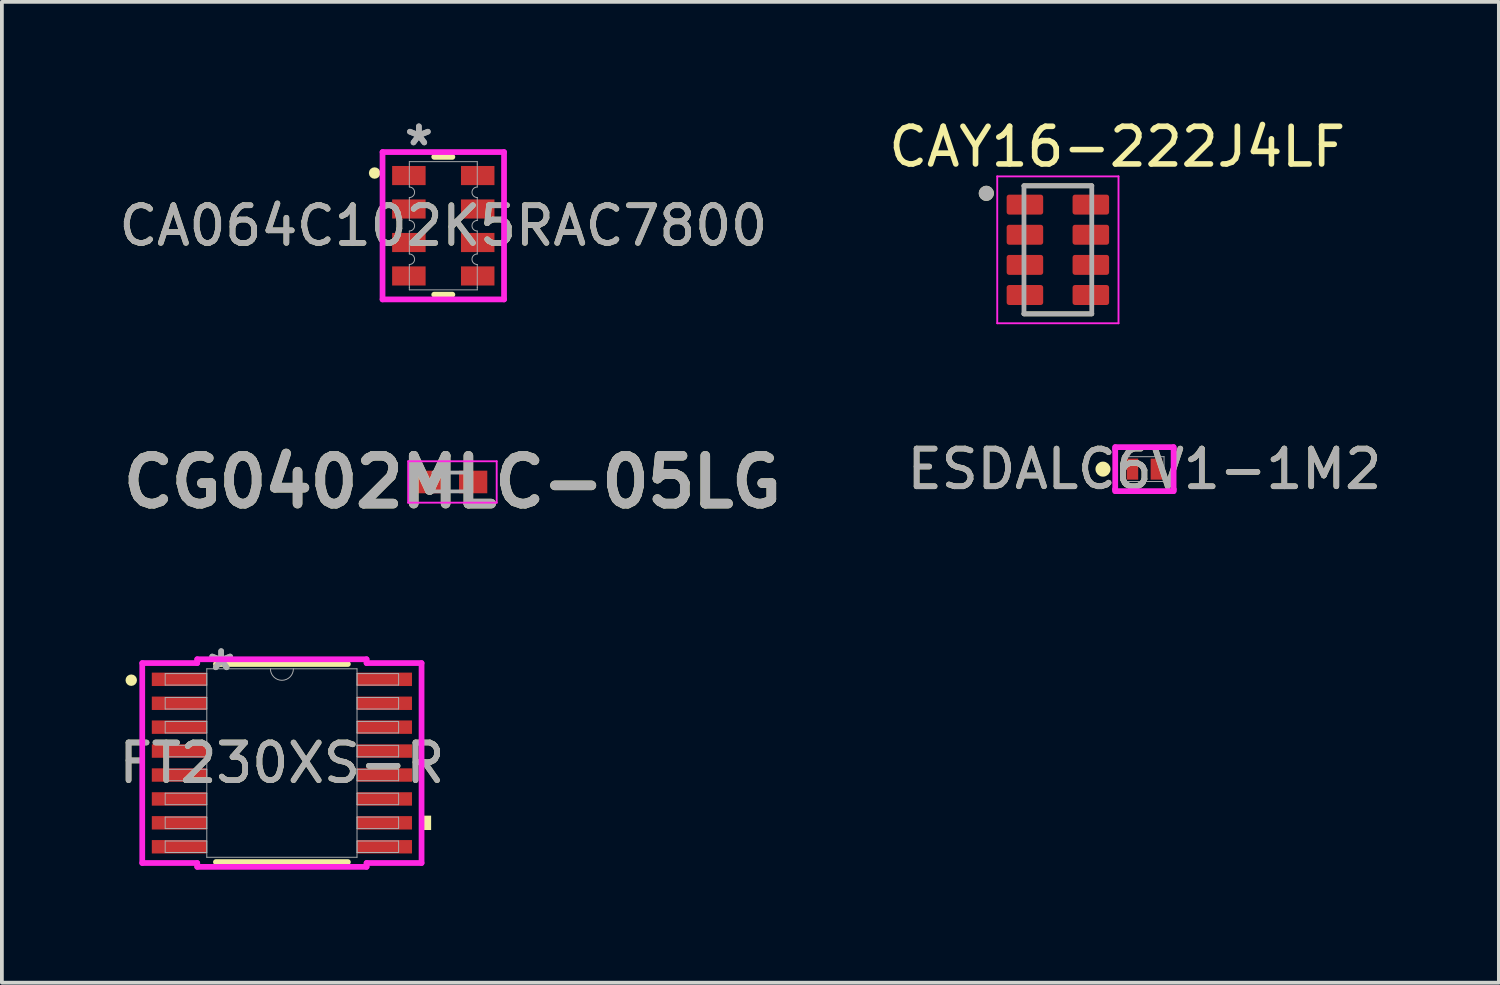
<source format=kicad_pcb>
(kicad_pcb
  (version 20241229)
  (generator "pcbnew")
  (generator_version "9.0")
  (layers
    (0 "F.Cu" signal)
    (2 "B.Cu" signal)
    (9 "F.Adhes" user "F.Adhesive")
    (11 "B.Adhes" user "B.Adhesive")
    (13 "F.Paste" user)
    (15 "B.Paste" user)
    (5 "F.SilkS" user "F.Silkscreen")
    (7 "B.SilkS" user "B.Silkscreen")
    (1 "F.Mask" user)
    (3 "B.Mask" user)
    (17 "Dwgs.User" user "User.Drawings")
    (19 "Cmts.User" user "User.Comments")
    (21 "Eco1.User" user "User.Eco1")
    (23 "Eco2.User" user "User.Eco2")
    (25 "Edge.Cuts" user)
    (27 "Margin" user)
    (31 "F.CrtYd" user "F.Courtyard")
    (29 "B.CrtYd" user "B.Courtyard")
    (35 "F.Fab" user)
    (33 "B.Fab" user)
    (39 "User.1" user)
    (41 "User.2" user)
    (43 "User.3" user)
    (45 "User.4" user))
  (footprint "CAY16-222J4LF"
    (layer "F.Cu")
    (at 25.038 3.583)
    (property "Reference" "CAY16-222J4LF" (at 1.575 -2.735 0) (layer "F.SilkS") (effects (font (size 1 1) (thickness 0.15))))
    (attr smd)
    (fp_line (start -0.9 -1.7) (end 0.9 -1.7) (stroke (width 0.127) (type solid)) (layer "F.SilkS"))
    (fp_line (start 0.9 1.7) (end -0.9 1.7) (stroke (width 0.127) (type solid)) (layer "F.SilkS"))
    (fp_circle (center -1.9 -1.5) (end -1.8 -1.5) (stroke (width 0.2) (type solid)) (fill no) (layer "F.SilkS"))
    (fp_line (start -1.61 -1.95) (end 1.61 -1.95) (stroke (width 0.05) (type solid)) (layer "F.CrtYd"))
    (fp_line (start -1.61 1.95) (end -1.61 -1.95) (stroke (width 0.05) (type solid)) (layer "F.CrtYd"))
    (fp_line (start 1.61 -1.95) (end 1.61 1.95) (stroke (width 0.05) (type solid)) (layer "F.CrtYd"))
    (fp_line (start 1.61 1.95) (end -1.61 1.95) (stroke (width 0.05) (type solid)) (layer "F.CrtYd"))
    (fp_line (start -0.9 -1.7) (end 0.9 -1.7) (stroke (width 0.127) (type solid)) (layer "F.Fab"))
    (fp_line (start -0.9 1.7) (end -0.9 -1.7) (stroke (width 0.127) (type solid)) (layer "F.Fab"))
    (fp_line (start 0.9 -1.7) (end 0.9 1.7) (stroke (width 0.127) (type solid)) (layer "F.Fab"))
    (fp_line (start 0.9 1.7) (end -0.9 1.7) (stroke (width 0.127) (type solid)) (layer "F.Fab"))
    (fp_circle (center -1.9 -1.5) (end -1.8 -1.5) (stroke (width 0.2) (type solid)) (fill no) (layer "F.Fab"))
    (pad "1" smd roundrect (at -0.875 -1.2) (size 0.97 0.53) (layers "F.Cu" "F.Mask" "F.Paste") (roundrect_rratio 0.125))
    (pad "2" smd roundrect (at -0.875 -0.4) (size 0.97 0.53) (layers "F.Cu" "F.Mask" "F.Paste") (roundrect_rratio 0.125))
    (pad "3" smd roundrect (at -0.875 0.4) (size 0.97 0.53) (layers "F.Cu" "F.Mask" "F.Paste") (roundrect_rratio 0.125))
    (pad "4" smd roundrect (at -0.875 1.2) (size 0.97 0.53) (layers "F.Cu" "F.Mask" "F.Paste") (roundrect_rratio 0.125))
    (pad "5" smd roundrect (at 0.875 1.2) (size 0.97 0.53) (layers "F.Cu" "F.Mask" "F.Paste") (roundrect_rratio 0.125))
    (pad "6" smd roundrect (at 0.875 0.4) (size 0.97 0.53) (layers "F.Cu" "F.Mask" "F.Paste") (roundrect_rratio 0.125))
    (pad "7" smd roundrect (at 0.875 -0.4) (size 0.97 0.53) (layers "F.Cu" "F.Mask" "F.Paste") (roundrect_rratio 0.125))
    (pad "8" smd roundrect (at 0.875 -1.2) (size 0.97 0.53) (layers "F.Cu" "F.Mask" "F.Paste") (roundrect_rratio 0.125)))
  (footprint "CA064C102K5RAC7800"
    (layer "F.Cu")
    (at 8.72 2.944)
    (property "Reference" "CA064C102K5RAC7800" (at 0 0 0) (unlocked yes) (layer "F.SilkS") (effects (font (size 1 1) (thickness 0.15))))
    (attr smd)
    (fp_line (start -0.241 1.829) (end 0.241 1.829) (stroke (width 0.152) (type solid)) (layer "F.SilkS"))
    (fp_line (start 0.241 -1.829) (end -0.241 -1.829) (stroke (width 0.152) (type solid)) (layer "F.SilkS"))
    (fp_circle (center -1.824 -1.4) (end -1.748 -1.4) (stroke (width 0.152) (type solid)) (fill no) (layer "F.SilkS"))
    (fp_line (start -1.613 -1.956) (end 1.613 -1.956) (stroke (width 0.152) (type solid)) (layer "F.CrtYd"))
    (fp_line (start -1.613 1.956) (end -1.613 -1.956) (stroke (width 0.152) (type solid)) (layer "F.CrtYd"))
    (fp_line (start 1.613 -1.956) (end 1.613 1.956) (stroke (width 0.152) (type solid)) (layer "F.CrtYd"))
    (fp_line (start 1.613 1.956) (end -1.613 1.956) (stroke (width 0.152) (type solid)) (layer "F.CrtYd"))
    (fp_line (start -0.902 -1.702) (end -0.902 -1.638) (stroke (width 0.025) (type solid)) (layer "F.Fab"))
    (fp_line (start -0.902 -1.638) (end -0.902 -1.029) (stroke (width 0.025) (type solid)) (layer "F.Fab"))
    (fp_line (start -0.902 -0.749) (end -0.902 -0.14) (stroke (width 0.025) (type solid)) (layer "F.Fab"))
    (fp_line (start -0.902 0.14) (end -0.902 0.749) (stroke (width 0.025) (type solid)) (layer "F.Fab"))
    (fp_line (start -0.902 1.029) (end -0.902 1.638) (stroke (width 0.025) (type solid)) (layer "F.Fab"))
    (fp_line (start -0.902 1.638) (end -0.902 1.702) (stroke (width 0.025) (type solid)) (layer "F.Fab"))
    (fp_line (start -0.902 1.702) (end 0.902 1.702) (stroke (width 0.025) (type solid)) (layer "F.Fab"))
    (fp_line (start 0.902 -1.702) (end -0.902 -1.702) (stroke (width 0.025) (type solid)) (layer "F.Fab"))
    (fp_line (start 0.902 -1.702) (end 0.902 -1.638) (stroke (width 0.025) (type solid)) (layer "F.Fab"))
    (fp_line (start 0.902 -1.638) (end 0.902 -1.029) (stroke (width 0.025) (type solid)) (layer "F.Fab"))
    (fp_line (start 0.902 -0.749) (end 0.902 -0.14) (stroke (width 0.025) (type solid)) (layer "F.Fab"))
    (fp_line (start 0.902 0.14) (end 0.902 0.749) (stroke (width 0.025) (type solid)) (layer "F.Fab"))
    (fp_line (start 0.902 1.029) (end 0.902 1.638) (stroke (width 0.025) (type solid)) (layer "F.Fab"))
    (fp_line (start 0.902 1.638) (end 0.902 1.702) (stroke (width 0.025) (type solid)) (layer "F.Fab"))
    (fp_arc (start -0.9017 -1.0287) (mid -0.762 -0.889) (end -0.9017 -0.7493) (stroke (width 0.0254) (type solid)) (layer "F.Fab"))
    (fp_arc (start -0.9017 -0.1397) (mid -0.762 0) (end -0.9017 0.1397) (stroke (width 0.0254) (type solid)) (layer "F.Fab"))
    (fp_arc (start -0.9017 0.7493) (mid -0.762 0.889) (end -0.9017 1.0287) (stroke (width 0.0254) (type solid)) (layer "F.Fab"))
    (fp_arc (start 0.9017 -0.7493) (mid 0.762 -0.889) (end 0.9017 -1.0287) (stroke (width 0.0254) (type solid)) (layer "F.Fab"))
    (fp_arc (start 0.9017 0.1397) (mid 0.762 0) (end 0.9017 -0.1397) (stroke (width 0.0254) (type solid)) (layer "F.Fab"))
    (fp_arc (start 0.9017 1.0287) (mid 0.762 0.889) (end 0.9017 0.7493) (stroke (width 0.0254) (type solid)) (layer "F.Fab"))
    (fp_text user "*" (at -0.648 -2.095 0) (unlocked yes) (layer "F.Fab") (effects (font (size 1 1) (thickness 0.15))))
    (fp_text user "${REFERENCE}" (at 0 0 0) (unlocked yes) (layer "F.Fab") (effects (font (size 1 1) (thickness 0.15))))
    (fp_text user "*" (at -0.648 -2.095 0) (layer "F.Fab") (effects (font (size 1 1) (thickness 0.15))))
    (pad "1" smd rect (at -0.914 -1.333) (size 0.889 0.508) (layers "F.Cu" "F.Mask" "F.Paste"))
    (pad "2" smd rect (at -0.914 -0.445) (size 0.889 0.508) (layers "F.Cu" "F.Mask" "F.Paste"))
    (pad "3" smd rect (at -0.914 0.445) (size 0.889 0.508) (layers "F.Cu" "F.Mask" "F.Paste"))
    (pad "4" smd rect (at -0.914 1.333) (size 0.889 0.508) (layers "F.Cu" "F.Mask" "F.Paste"))
    (pad "5" smd rect (at 0.914 1.333) (size 0.889 0.508) (layers "F.Cu" "F.Mask" "F.Paste"))
    (pad "6" smd rect (at 0.914 0.445) (size 0.889 0.508) (layers "F.Cu" "F.Mask" "F.Paste"))
    (pad "7" smd rect (at 0.914 -0.445) (size 0.889 0.508) (layers "F.Cu" "F.Mask" "F.Paste"))
    (pad "8" smd rect (at 0.914 -1.333) (size 0.889 0.508) (layers "F.Cu" "F.Mask" "F.Paste")))
  (footprint "CG0402MLC-05LG"
    (layer "F.Cu")
    (at 8.963 9.747)
    (property "Reference" "CG0402MLC-05LG" (at 0 0 0) (layer "F.SilkS") (effects (font (size 1.27 1.27) (thickness 0.254))))
    (attr smd)
    (fp_line (start -1.175 -0.55) (end 1.175 -0.55) (stroke (width 0.05) (type solid)) (layer "F.CrtYd"))
    (fp_line (start -1.175 0.55) (end -1.175 -0.55) (stroke (width 0.05) (type solid)) (layer "F.CrtYd"))
    (fp_line (start 1.175 -0.55) (end 1.175 0.55) (stroke (width 0.05) (type solid)) (layer "F.CrtYd"))
    (fp_line (start 1.175 0.55) (end -1.175 0.55) (stroke (width 0.05) (type solid)) (layer "F.CrtYd"))
    (fp_line (start -0.5 -0.25) (end 0.5 -0.25) (stroke (width 0.1) (type solid)) (layer "F.Fab"))
    (fp_line (start -0.5 0.25) (end -0.5 -0.25) (stroke (width 0.1) (type solid)) (layer "F.Fab"))
    (fp_line (start 0.5 -0.25) (end 0.5 0.25) (stroke (width 0.1) (type solid)) (layer "F.Fab"))
    (fp_line (start 0.5 0.25) (end -0.5 0.25) (stroke (width 0.1) (type solid)) (layer "F.Fab"))
    (fp_text user "${REFERENCE}" (at 0 0 0) (layer "F.Fab") (effects (font (size 1.27 1.27) (thickness 0.254))))
    (pad "1" smd rect (at -0.55 0 90) (size 0.6 0.75) (layers "F.Cu" "F.Mask" "F.Paste"))
    (pad "2" smd rect (at 0.55 0 90) (size 0.6 0.75) (layers "F.Cu" "F.Mask" "F.Paste")))
  (footprint "ESDALC6V1-1M2"
    (layer "F.Cu")
    (at 27.336 9.406)
    (property "Reference" "ESDALC6V1-1M2" (at 0 0 0) (unlocked yes) (layer "F.SilkS") (effects (font (size 1 1) (thickness 0.15))))
    (attr smd)
    (fp_circle (center -1.1 0) (end -1 0) (stroke (width 0.2) (type solid)) (fill no) (layer "F.SilkS"))
    (fp_line (start -0.775 -0.584) (end 0.775 -0.584) (stroke (width 0.152) (type solid)) (layer "F.CrtYd"))
    (fp_line (start -0.775 -0.533) (end -0.775 -0.584) (stroke (width 0.152) (type solid)) (layer "F.CrtYd"))
    (fp_line (start -0.775 -0.533) (end -0.775 -0.533) (stroke (width 0.152) (type solid)) (layer "F.CrtYd"))
    (fp_line (start -0.775 0.533) (end -0.775 -0.533) (stroke (width 0.152) (type solid)) (layer "F.CrtYd"))
    (fp_line (start -0.775 0.533) (end -0.775 0.533) (stroke (width 0.152) (type solid)) (layer "F.CrtYd"))
    (fp_line (start -0.775 0.584) (end -0.775 0.533) (stroke (width 0.152) (type solid)) (layer "F.CrtYd"))
    (fp_line (start 0.775 -0.584) (end 0.775 -0.533) (stroke (width 0.152) (type solid)) (layer "F.CrtYd"))
    (fp_line (start 0.775 -0.533) (end 0.775 -0.533) (stroke (width 0.152) (type solid)) (layer "F.CrtYd"))
    (fp_line (start 0.775 -0.533) (end 0.775 0.533) (stroke (width 0.152) (type solid)) (layer "F.CrtYd"))
    (fp_line (start 0.775 0.533) (end 0.775 0.533) (stroke (width 0.152) (type solid)) (layer "F.CrtYd"))
    (fp_line (start 0.775 0.533) (end 0.775 0.584) (stroke (width 0.152) (type solid)) (layer "F.CrtYd"))
    (fp_line (start 0.775 0.584) (end -0.775 0.584) (stroke (width 0.152) (type solid)) (layer "F.CrtYd"))
    (fp_line (start -0.521 -0.33) (end -0.521 0.33) (stroke (width 0.025) (type solid)) (layer "F.Fab"))
    (fp_line (start -0.521 0.33) (end 0.521 0.33) (stroke (width 0.025) (type solid)) (layer "F.Fab"))
    (fp_line (start 0.521 -0.33) (end -0.521 -0.33) (stroke (width 0.025) (type solid)) (layer "F.Fab"))
    (fp_line (start 0.521 0.33) (end 0.521 -0.33) (stroke (width 0.025) (type solid)) (layer "F.Fab"))
    (fp_circle (center 0 0) (end 0 0) (stroke (width 0.025) (type solid)) (fill no) (layer "F.Fab"))
    (fp_text user "${REFERENCE}" (at 0 0 0) (unlocked yes) (layer "F.Fab") (effects (font (size 1 1) (thickness 0.15))))
    (pad "1" smd rect (at -0.318 0) (size 0.305 0.559) (layers "F.Cu" "F.Mask" "F.Paste"))
    (pad "2" smd rect (at 0.318 0) (size 0.305 0.559) (layers "F.Cu" "F.Mask" "F.Paste")))
  (footprint "FT230XS-R"
    (layer "F.Cu")
    (at 4.435 17.21)
    (property "Reference" "FT230XS-R" (at 0 0 0) (unlocked yes) (layer "F.SilkS") (effects (font (size 1 1) (thickness 0.15))))
    (attr smd)
    (fp_line (start -1.752 2.629) (end 1.752 2.629) (stroke (width 0.152) (type solid)) (layer "F.SilkS"))
    (fp_line (start 1.752 -2.629) (end -1.752 -2.629) (stroke (width 0.152) (type solid)) (layer "F.SilkS"))
    (fp_circle (center -4 -2.2) (end -3.924 -2.2) (stroke (width 0.152) (type solid)) (fill no) (layer "F.SilkS"))
    (fp_poly (pts (xy 3.962 1.397) (xy 3.962 1.778) (xy 3.708 1.778) (xy 3.708 1.397)) (stroke (width 0) (type solid)) (fill yes) (layer "F.SilkS"))
    (fp_line (start -3.708 -2.654) (end -2.248 -2.654) (stroke (width 0.152) (type solid)) (layer "F.CrtYd"))
    (fp_line (start -3.708 2.654) (end -3.708 -2.654) (stroke (width 0.152) (type solid)) (layer "F.CrtYd"))
    (fp_line (start -3.708 2.654) (end -2.248 2.654) (stroke (width 0.152) (type solid)) (layer "F.CrtYd"))
    (fp_line (start -2.248 -2.756) (end 2.248 -2.756) (stroke (width 0.152) (type solid)) (layer "F.CrtYd"))
    (fp_line (start -2.248 -2.654) (end -2.248 -2.756) (stroke (width 0.152) (type solid)) (layer "F.CrtYd"))
    (fp_line (start -2.248 2.756) (end -2.248 2.654) (stroke (width 0.152) (type solid)) (layer "F.CrtYd"))
    (fp_line (start 2.248 -2.756) (end 2.248 -2.654) (stroke (width 0.152) (type solid)) (layer "F.CrtYd"))
    (fp_line (start 2.248 2.654) (end 2.248 2.756) (stroke (width 0.152) (type solid)) (layer "F.CrtYd"))
    (fp_line (start 2.248 2.756) (end -2.248 2.756) (stroke (width 0.152) (type solid)) (layer "F.CrtYd"))
    (fp_line (start 3.708 -2.654) (end 2.248 -2.654) (stroke (width 0.152) (type solid)) (layer "F.CrtYd"))
    (fp_line (start 3.708 -2.654) (end 3.708 2.654) (stroke (width 0.152) (type solid)) (layer "F.CrtYd"))
    (fp_line (start 3.708 2.654) (end 2.248 2.654) (stroke (width 0.152) (type solid)) (layer "F.CrtYd"))
    (fp_line (start -3.099 -2.375) (end -3.099 -2.07) (stroke (width 0.025) (type solid)) (layer "F.Fab"))
    (fp_line (start -3.099 -2.07) (end -1.994 -2.07) (stroke (width 0.025) (type solid)) (layer "F.Fab"))
    (fp_line (start -3.099 -1.74) (end -3.099 -1.435) (stroke (width 0.025) (type solid)) (layer "F.Fab"))
    (fp_line (start -3.099 -1.435) (end -1.994 -1.435) (stroke (width 0.025) (type solid)) (layer "F.Fab"))
    (fp_line (start -3.099 -1.105) (end -3.099 -0.8) (stroke (width 0.025) (type solid)) (layer "F.Fab"))
    (fp_line (start -3.099 -0.8) (end -1.994 -0.8) (stroke (width 0.025) (type solid)) (layer "F.Fab"))
    (fp_line (start -3.099 -0.47) (end -3.099 -0.165) (stroke (width 0.025) (type solid)) (layer "F.Fab"))
    (fp_line (start -3.099 -0.165) (end -1.994 -0.165) (stroke (width 0.025) (type solid)) (layer "F.Fab"))
    (fp_line (start -3.099 0.165) (end -3.099 0.47) (stroke (width 0.025) (type solid)) (layer "F.Fab"))
    (fp_line (start -3.099 0.47) (end -1.994 0.47) (stroke (width 0.025) (type solid)) (layer "F.Fab"))
    (fp_line (start -3.099 0.8) (end -3.099 1.105) (stroke (width 0.025) (type solid)) (layer "F.Fab"))
    (fp_line (start -3.099 1.105) (end -1.994 1.105) (stroke (width 0.025) (type solid)) (layer "F.Fab"))
    (fp_line (start -3.099 1.435) (end -3.099 1.74) (stroke (width 0.025) (type solid)) (layer "F.Fab"))
    (fp_line (start -3.099 1.74) (end -1.994 1.74) (stroke (width 0.025) (type solid)) (layer "F.Fab"))
    (fp_line (start -3.099 2.07) (end -3.099 2.375) (stroke (width 0.025) (type solid)) (layer "F.Fab"))
    (fp_line (start -3.099 2.375) (end -1.994 2.375) (stroke (width 0.025) (type solid)) (layer "F.Fab"))
    (fp_line (start -1.994 -2.502) (end -1.994 2.502) (stroke (width 0.025) (type solid)) (layer "F.Fab"))
    (fp_line (start -1.994 -2.375) (end -3.099 -2.375) (stroke (width 0.025) (type solid)) (layer "F.Fab"))
    (fp_line (start -1.994 -2.07) (end -1.994 -2.375) (stroke (width 0.025) (type solid)) (layer "F.Fab"))
    (fp_line (start -1.994 -1.74) (end -3.099 -1.74) (stroke (width 0.025) (type solid)) (layer "F.Fab"))
    (fp_line (start -1.994 -1.435) (end -1.994 -1.74) (stroke (width 0.025) (type solid)) (layer "F.Fab"))
    (fp_line (start -1.994 -1.105) (end -3.099 -1.105) (stroke (width 0.025) (type solid)) (layer "F.Fab"))
    (fp_line (start -1.994 -0.8) (end -1.994 -1.105) (stroke (width 0.025) (type solid)) (layer "F.Fab"))
    (fp_line (start -1.994 -0.47) (end -3.099 -0.47) (stroke (width 0.025) (type solid)) (layer "F.Fab"))
    (fp_line (start -1.994 -0.165) (end -1.994 -0.47) (stroke (width 0.025) (type solid)) (layer "F.Fab"))
    (fp_line (start -1.994 0.165) (end -3.099 0.165) (stroke (width 0.025) (type solid)) (layer "F.Fab"))
    (fp_line (start -1.994 0.47) (end -1.994 0.165) (stroke (width 0.025) (type solid)) (layer "F.Fab"))
    (fp_line (start -1.994 0.8) (end -3.099 0.8) (stroke (width 0.025) (type solid)) (layer "F.Fab"))
    (fp_line (start -1.994 1.105) (end -1.994 0.8) (stroke (width 0.025) (type solid)) (layer "F.Fab"))
    (fp_line (start -1.994 1.435) (end -3.099 1.435) (stroke (width 0.025) (type solid)) (layer "F.Fab"))
    (fp_line (start -1.994 1.74) (end -1.994 1.435) (stroke (width 0.025) (type solid)) (layer "F.Fab"))
    (fp_line (start -1.994 2.07) (end -3.099 2.07) (stroke (width 0.025) (type solid)) (layer "F.Fab"))
    (fp_line (start -1.994 2.375) (end -1.994 2.07) (stroke (width 0.025) (type solid)) (layer "F.Fab"))
    (fp_line (start -1.994 2.502) (end 1.994 2.502) (stroke (width 0.025) (type solid)) (layer "F.Fab"))
    (fp_line (start 1.994 -2.502) (end -1.994 -2.502) (stroke (width 0.025) (type solid)) (layer "F.Fab"))
    (fp_line (start 1.994 -2.375) (end 1.994 -2.07) (stroke (width 0.025) (type solid)) (layer "F.Fab"))
    (fp_line (start 1.994 -2.07) (end 3.099 -2.07) (stroke (width 0.025) (type solid)) (layer "F.Fab"))
    (fp_line (start 1.994 -1.74) (end 1.994 -1.435) (stroke (width 0.025) (type solid)) (layer "F.Fab"))
    (fp_line (start 1.994 -1.435) (end 3.099 -1.435) (stroke (width 0.025) (type solid)) (layer "F.Fab"))
    (fp_line (start 1.994 -1.105) (end 1.994 -0.8) (stroke (width 0.025) (type solid)) (layer "F.Fab"))
    (fp_line (start 1.994 -0.8) (end 3.099 -0.8) (stroke (width 0.025) (type solid)) (layer "F.Fab"))
    (fp_line (start 1.994 -0.47) (end 1.994 -0.165) (stroke (width 0.025) (type solid)) (layer "F.Fab"))
    (fp_line (start 1.994 -0.165) (end 3.099 -0.165) (stroke (width 0.025) (type solid)) (layer "F.Fab"))
    (fp_line (start 1.994 0.165) (end 1.994 0.47) (stroke (width 0.025) (type solid)) (layer "F.Fab"))
    (fp_line (start 1.994 0.47) (end 3.099 0.47) (stroke (width 0.025) (type solid)) (layer "F.Fab"))
    (fp_line (start 1.994 0.8) (end 1.994 1.105) (stroke (width 0.025) (type solid)) (layer "F.Fab"))
    (fp_line (start 1.994 1.105) (end 3.099 1.105) (stroke (width 0.025) (type solid)) (layer "F.Fab"))
    (fp_line (start 1.994 1.435) (end 1.994 1.74) (stroke (width 0.025) (type solid)) (layer "F.Fab"))
    (fp_line (start 1.994 1.74) (end 3.099 1.74) (stroke (width 0.025) (type solid)) (layer "F.Fab"))
    (fp_line (start 1.994 2.07) (end 1.994 2.375) (stroke (width 0.025) (type solid)) (layer "F.Fab"))
    (fp_line (start 1.994 2.375) (end 3.099 2.375) (stroke (width 0.025) (type solid)) (layer "F.Fab"))
    (fp_line (start 1.994 2.502) (end 1.994 -2.502) (stroke (width 0.025) (type solid)) (layer "F.Fab"))
    (fp_line (start 3.099 -2.375) (end 1.994 -2.375) (stroke (width 0.025) (type solid)) (layer "F.Fab"))
    (fp_line (start 3.099 -2.07) (end 3.099 -2.375) (stroke (width 0.025) (type solid)) (layer "F.Fab"))
    (fp_line (start 3.099 -1.74) (end 1.994 -1.74) (stroke (width 0.025) (type solid)) (layer "F.Fab"))
    (fp_line (start 3.099 -1.435) (end 3.099 -1.74) (stroke (width 0.025) (type solid)) (layer "F.Fab"))
    (fp_line (start 3.099 -1.105) (end 1.994 -1.105) (stroke (width 0.025) (type solid)) (layer "F.Fab"))
    (fp_line (start 3.099 -0.8) (end 3.099 -1.105) (stroke (width 0.025) (type solid)) (layer "F.Fab"))
    (fp_line (start 3.099 -0.47) (end 1.994 -0.47) (stroke (width 0.025) (type solid)) (layer "F.Fab"))
    (fp_line (start 3.099 -0.165) (end 3.099 -0.47) (stroke (width 0.025) (type solid)) (layer "F.Fab"))
    (fp_line (start 3.099 0.165) (end 1.994 0.165) (stroke (width 0.025) (type solid)) (layer "F.Fab"))
    (fp_line (start 3.099 0.47) (end 3.099 0.165) (stroke (width 0.025) (type solid)) (layer "F.Fab"))
    (fp_line (start 3.099 0.8) (end 1.994 0.8) (stroke (width 0.025) (type solid)) (layer "F.Fab"))
    (fp_line (start 3.099 1.105) (end 3.099 0.8) (stroke (width 0.025) (type solid)) (layer "F.Fab"))
    (fp_line (start 3.099 1.435) (end 1.994 1.435) (stroke (width 0.025) (type solid)) (layer "F.Fab"))
    (fp_line (start 3.099 1.74) (end 3.099 1.435) (stroke (width 0.025) (type solid)) (layer "F.Fab"))
    (fp_line (start 3.099 2.07) (end 1.994 2.07) (stroke (width 0.025) (type solid)) (layer "F.Fab"))
    (fp_line (start 3.099 2.375) (end 3.099 2.07) (stroke (width 0.025) (type solid)) (layer "F.Fab"))
    (fp_arc (start 0.3048 -2.5019) (mid 0 -2.1971) (end -0.3048 -2.5019) (stroke (width 0.0254) (type solid)) (layer "F.Fab"))
    (fp_text user "*" (at -1.613 -2.426 0) (layer "F.Fab") (effects (font (size 1 1) (thickness 0.15))))
    (fp_text user "${REFERENCE}" (at 0 0 0) (unlocked yes) (layer "F.Fab") (effects (font (size 1 1) (thickness 0.15))))
    (fp_text user "*" (at -1.613 -2.426 0) (unlocked yes) (layer "F.Fab") (effects (font (size 1 1) (thickness 0.15))))
    (pad "1" smd rect (at -2.724 -2.223) (size 1.46 0.356) (layers "F.Cu" "F.Mask" "F.Paste"))
    (pad "2" smd rect (at -2.724 -1.587) (size 1.46 0.356) (layers "F.Cu" "F.Mask" "F.Paste"))
    (pad "3" smd rect (at -2.724 -0.953) (size 1.46 0.356) (layers "F.Cu" "F.Mask" "F.Paste"))
    (pad "4" smd rect (at -2.724 -0.318) (size 1.46 0.356) (layers "F.Cu" "F.Mask" "F.Paste"))
    (pad "5" smd rect (at -2.724 0.318) (size 1.46 0.356) (layers "F.Cu" "F.Mask" "F.Paste"))
    (pad "6" smd rect (at -2.724 0.953) (size 1.46 0.356) (layers "F.Cu" "F.Mask" "F.Paste"))
    (pad "7" smd rect (at -2.724 1.587) (size 1.46 0.356) (layers "F.Cu" "F.Mask" "F.Paste"))
    (pad "8" smd rect (at -2.724 2.223) (size 1.46 0.356) (layers "F.Cu" "F.Mask" "F.Paste"))
    (pad "9" smd rect (at 2.724 2.223) (size 1.46 0.356) (layers "F.Cu" "F.Mask" "F.Paste"))
    (pad "10" smd rect (at 2.724 1.587) (size 1.46 0.356) (layers "F.Cu" "F.Mask" "F.Paste"))
    (pad "11" smd rect (at 2.724 0.953) (size 1.46 0.356) (layers "F.Cu" "F.Mask" "F.Paste"))
    (pad "12" smd rect (at 2.724 0.318) (size 1.46 0.356) (layers "F.Cu" "F.Mask" "F.Paste"))
    (pad "13" smd rect (at 2.724 -0.318) (size 1.46 0.356) (layers "F.Cu" "F.Mask" "F.Paste"))
    (pad "14" smd rect (at 2.724 -0.953) (size 1.46 0.356) (layers "F.Cu" "F.Mask" "F.Paste"))
    (pad "15" smd rect (at 2.724 -1.587) (size 1.46 0.356) (layers "F.Cu" "F.Mask" "F.Paste"))
    (pad "16" smd rect (at 2.724 -2.223) (size 1.46 0.356) (layers "F.Cu" "F.Mask" "F.Paste")))
  (gr_rect
    (start -3 -3)
    (end 36.747 23.042)
    (stroke (width 0.1) (type default))
    (fill no)
    (layer "Edge.Cuts")))
</source>
